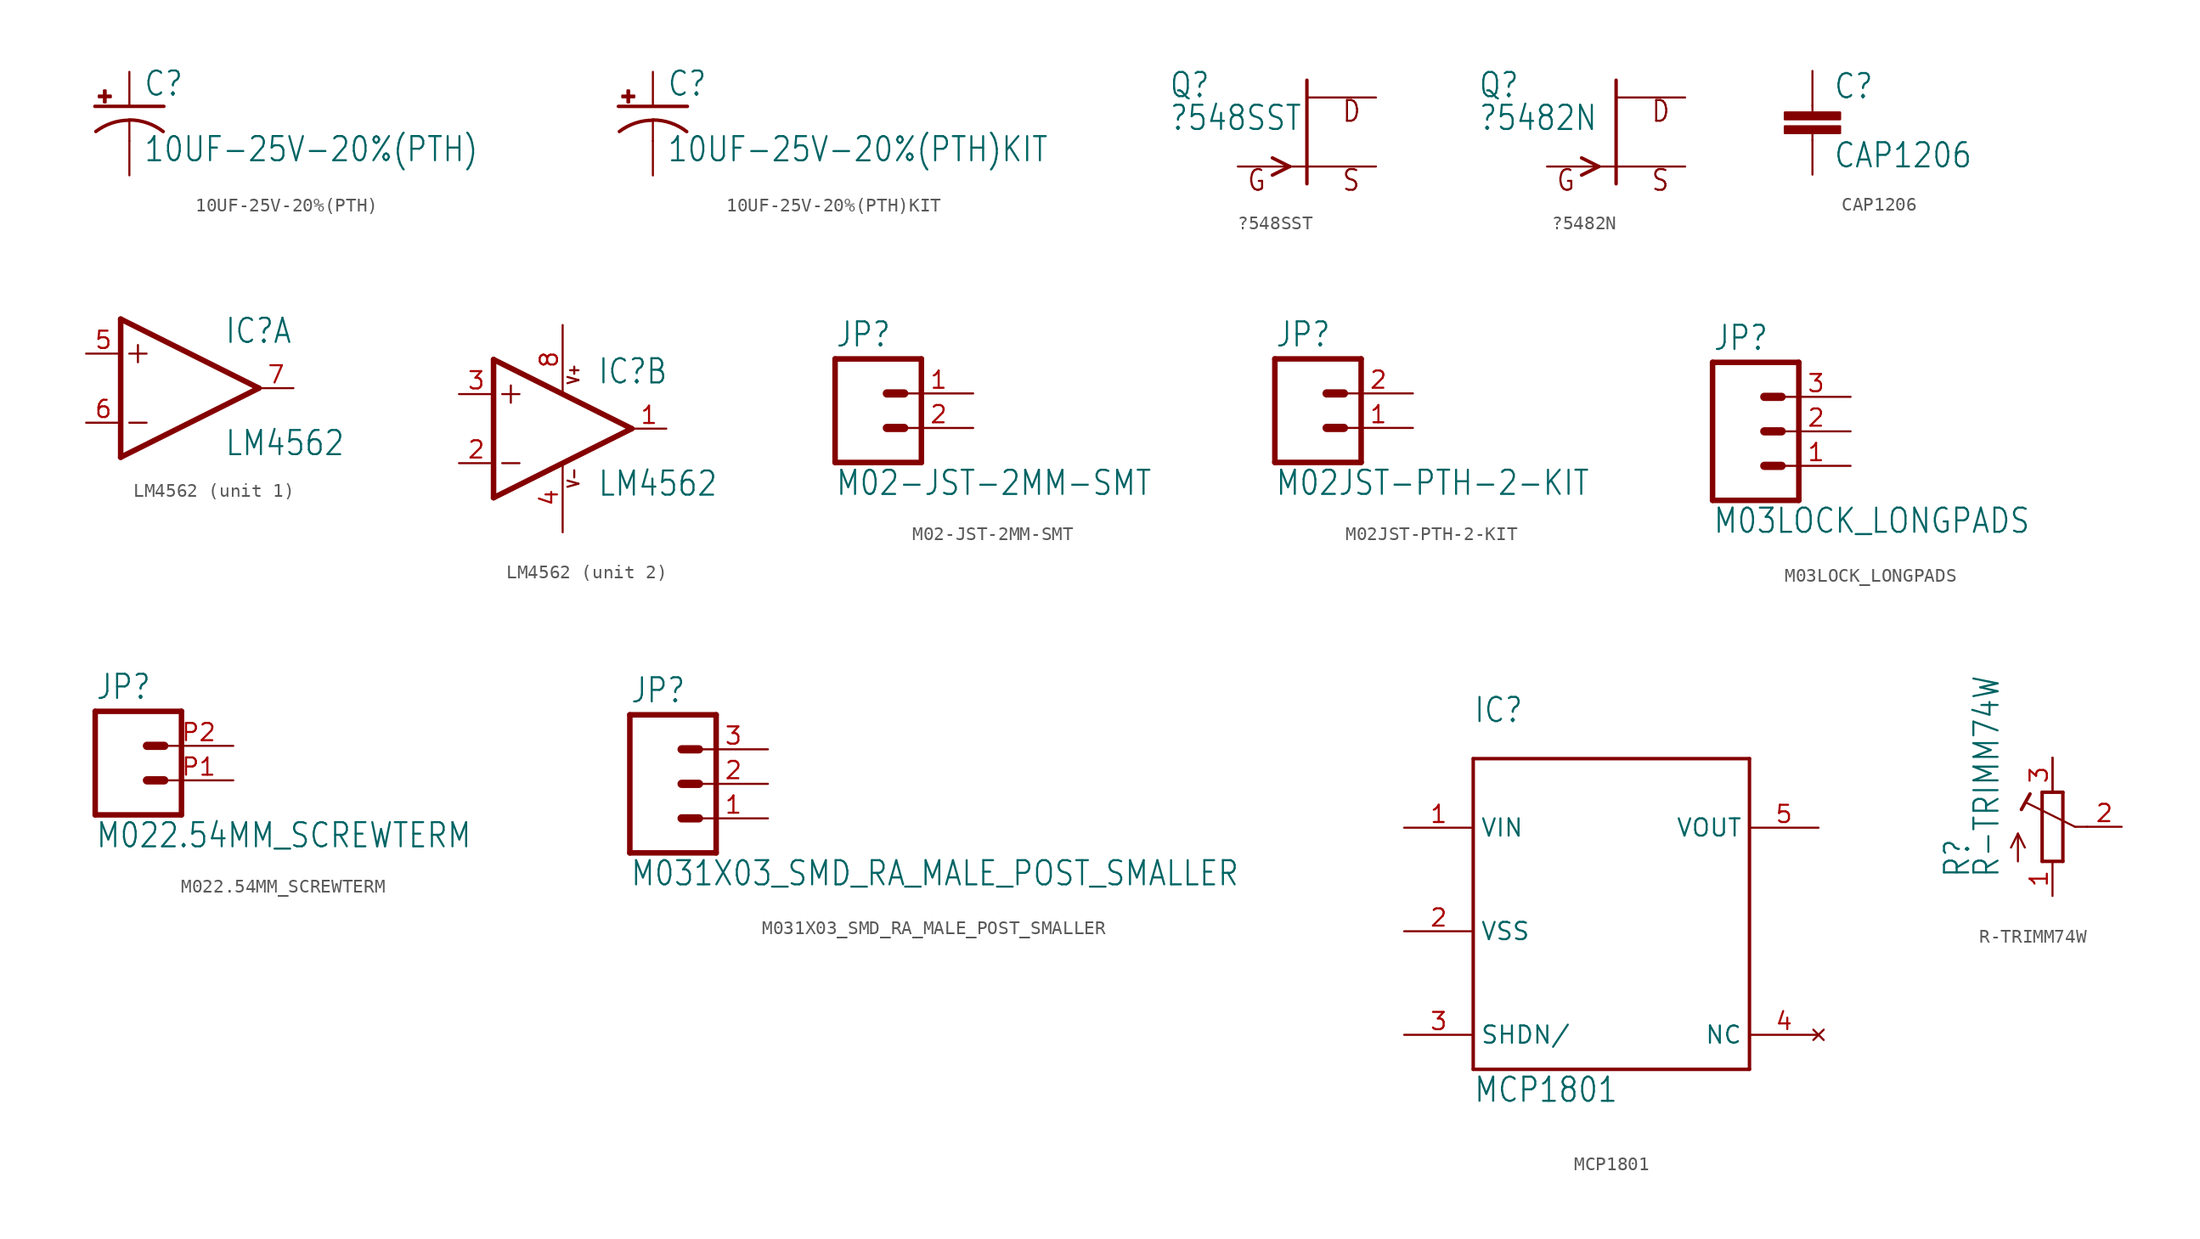
<source format=kicad_sym>
(kicad_symbol_lib
  (version 20211014)
  (generator kicad_symbol_editor)
  (symbol "10UF-25V-20%(PTH)"
    (property "Reference" "C"
      (at 1.016 0.635 0)
      (effects (font (size 1.778 1.511)) (justify left bottom)))
    (property "Value" "10UF-25V-20%(PTH)"
      (at 1.016 -4.191 0)
      (effects (font (size 1.778 1.511)) (justify left bottom)))
    (property "ki_locked" ""
      (at 0 0 0)
      (effects (font (size 1.27 1.27))))
    (symbol "10UF-25V-20%(PTH)_1_0"
      (rectangle (start -2.253 0.668) (end -1.364 0.795) (stroke (width 0) (type default) (color 0 0 0 0)) (fill (type outline)))
      (rectangle (start -1.872 0.287) (end -1.745 1.176) (stroke (width 0) (type default) (color 0 0 0 0)) (fill (type outline)))
      (arc (start 0 -1.0161) (mid -1.3021 -1.2302) (end -2.4669 -1.8504) (stroke (width 0.254) (type default) (color 0 0 0 0)) (fill (type none)))
      (polyline (pts (xy -2.54 0) (xy 2.54 0)) (stroke (width 0.254) (type default) (color 0 0 0 0)) (fill (type none)))
      (polyline (pts (xy 0 -1.016) (xy 0 -2.54)) (stroke (width 0.152) (type default) (color 0 0 0 0)) (fill (type none)))
      (arc (start 2.4892 -1.8542) (mid 1.3158 -1.2195) (end 0 -1) (stroke (width 0.254) (type default) (color 0 0 0 0)) (fill (type none)))
      (pin passive line (at 0 2.54 270) (length 2.54) (name "+" (effects (font (size 0 0)))) (number "1" (effects (font (size 0 0)))))
      (pin passive line (at 0 -5.08 90) (length 2.54) (name "-" (effects (font (size 0 0)))) (number "2" (effects (font (size 0 0)))))))
  (symbol "10UF-25V-20%(PTH)KIT"
    (property "Reference" "C"
      (at 1.016 0.635 0)
      (effects (font (size 1.778 1.511)) (justify left bottom)))
    (property "Value" "10UF-25V-20%(PTH)KIT"
      (at 1.016 -4.191 0)
      (effects (font (size 1.778 1.511)) (justify left bottom)))
    (property "ki_locked" ""
      (at 0 0 0)
      (effects (font (size 1.27 1.27))))
    (symbol "10UF-25V-20%(PTH)KIT_1_0"
      (rectangle (start -2.253 0.668) (end -1.364 0.795) (stroke (width 0) (type default) (color 0 0 0 0)) (fill (type outline)))
      (rectangle (start -1.872 0.287) (end -1.745 1.176) (stroke (width 0) (type default) (color 0 0 0 0)) (fill (type outline)))
      (arc (start 0 -1.0161) (mid -1.3021 -1.2302) (end -2.4669 -1.8504) (stroke (width 0.254) (type default) (color 0 0 0 0)) (fill (type none)))
      (polyline (pts (xy -2.54 0) (xy 2.54 0)) (stroke (width 0.254) (type default) (color 0 0 0 0)) (fill (type none)))
      (polyline (pts (xy 0 -1.016) (xy 0 -2.54)) (stroke (width 0.152) (type default) (color 0 0 0 0)) (fill (type none)))
      (arc (start 2.4892 -1.8542) (mid 1.3158 -1.2195) (end 0 -1) (stroke (width 0.254) (type default) (color 0 0 0 0)) (fill (type none)))
      (pin passive line (at 0 2.54 270) (length 2.54) (name "+" (effects (font (size 0 0)))) (number "1" (effects (font (size 0 0)))))
      (pin passive line (at 0 -5.08 90) (length 2.54) (name "-" (effects (font (size 0 0)))) (number "2" (effects (font (size 0 0)))))))
  (symbol "?548SST"
    (property "Reference" "Q"
      (at -10.16 2.413 0)
      (effects (font (size 1.778 1.511)) (justify left bottom)))
    (property "Value" "?548SST"
      (at -10.16 0 0)
      (effects (font (size 1.778 1.511)) (justify left bottom)))
    (property "ki_locked" ""
      (at 0 0 0)
      (effects (font (size 1.27 1.27))))
    (symbol "?548SST_1_0"
      (polyline (pts (xy -2.54 -1.905) (xy -1.27 -2.54)) (stroke (width 0.254) (type default) (color 0 0 0 0)) (fill (type none)))
      (polyline (pts (xy -1.27 -2.54) (xy -2.54 -3.175)) (stroke (width 0.254) (type default) (color 0 0 0 0)) (fill (type none)))
      (polyline (pts (xy 0 -3.81) (xy 0 3.81)) (stroke (width 0.254) (type default) (color 0 0 0 0)) (fill (type none)))
      (text "D" (at 2.54 0.635 0) (effects (font (size 1.524 1.295)) (justify left bottom)))
      (text "G" (at -4.445 -4.445 0) (effects (font (size 1.524 1.295)) (justify left bottom)))
      (text "S" (at 2.54 -4.445 0) (effects (font (size 1.524 1.295)) (justify left bottom)))
      (pin passive line (at 5.08 2.54 180) (length 5.08) (name "D" (effects (font (size 0 0)))) (number "1" (effects (font (size 0 0)))))
      (pin passive line (at 5.08 -2.54 180) (length 5.08) (name "S" (effects (font (size 0 0)))) (number "2" (effects (font (size 0 0)))))
      (pin passive line (at -5.08 -2.54 0) (length 5.08) (name "G" (effects (font (size 0 0)))) (number "3" (effects (font (size 0 0)))))))
  (symbol "?5482N"
    (property "Reference" "Q"
      (at -10.16 2.413 0)
      (effects (font (size 1.778 1.511)) (justify left bottom)))
    (property "Value" "?5482N"
      (at -10.16 0 0)
      (effects (font (size 1.778 1.511)) (justify left bottom)))
    (property "ki_locked" ""
      (at 0 0 0)
      (effects (font (size 1.27 1.27))))
    (symbol "?5482N_1_0"
      (polyline (pts (xy -2.54 -1.905) (xy -1.27 -2.54)) (stroke (width 0.254) (type default) (color 0 0 0 0)) (fill (type none)))
      (polyline (pts (xy -1.27 -2.54) (xy -2.54 -3.175)) (stroke (width 0.254) (type default) (color 0 0 0 0)) (fill (type none)))
      (polyline (pts (xy 0 -3.81) (xy 0 3.81)) (stroke (width 0.254) (type default) (color 0 0 0 0)) (fill (type none)))
      (text "D" (at 2.54 0.635 0) (effects (font (size 1.524 1.295)) (justify left bottom)))
      (text "G" (at -4.445 -4.445 0) (effects (font (size 1.524 1.295)) (justify left bottom)))
      (text "S" (at 2.54 -4.445 0) (effects (font (size 1.524 1.295)) (justify left bottom)))
      (pin passive line (at -5.08 -2.54 0) (length 5.08) (name "G" (effects (font (size 0 0)))) (number "1" (effects (font (size 0 0)))))
      (pin passive line (at 5.08 -2.54 180) (length 5.08) (name "S" (effects (font (size 0 0)))) (number "2" (effects (font (size 0 0)))))
      (pin passive line (at 5.08 2.54 180) (length 5.08) (name "D" (effects (font (size 0 0)))) (number "3" (effects (font (size 0 0)))))))
  (symbol "CAP1206"
    (property "Reference" "C"
      (at 1.524 2.921 0)
      (effects (font (size 1.778 1.511)) (justify left bottom)))
    (property "Value" "CAP1206"
      (at 1.524 -2.159 0)
      (effects (font (size 1.778 1.511)) (justify left bottom)))
    (property "ki_locked" ""
      (at 0 0 0)
      (effects (font (size 1.27 1.27))))
    (symbol "CAP1206_1_0"
      (rectangle (start -2.032 0.508) (end 2.032 1.016) (stroke (width 0) (type default) (color 0 0 0 0)) (fill (type outline)))
      (rectangle (start -2.032 1.524) (end 2.032 2.032) (stroke (width 0) (type default) (color 0 0 0 0)) (fill (type outline)))
      (polyline (pts (xy 0 0) (xy 0 0.508)) (stroke (width 0.152) (type default) (color 0 0 0 0)) (fill (type none)))
      (polyline (pts (xy 0 2.54) (xy 0 2.032)) (stroke (width 0.152) (type default) (color 0 0 0 0)) (fill (type none)))
      (pin passive line (at 0 5.08 270) (length 2.54) (name "1" (effects (font (size 0 0)))) (number "1" (effects (font (size 0 0)))))
      (pin passive line (at 0 -2.54 90) (length 2.54) (name "2" (effects (font (size 0 0)))) (number "2" (effects (font (size 0 0)))))))
  (symbol "LM4562"
    (property "Reference" "IC"
      (at 2.54 3.175 0)
      (effects (font (size 1.778 1.511)) (justify left bottom)))
    (property "Value" "LM4562"
      (at 2.54 -5.08 0)
      (effects (font (size 1.778 1.511)) (justify left bottom)))
    (property "ki_locked" ""
      (at 0 0 0)
      (effects (font (size 1.27 1.27))))
    (symbol "LM4562_1_0"
      (polyline (pts (xy -5.08 -5.08) (xy 5.08 0)) (stroke (width 0.406) (type default) (color 0 0 0 0)) (fill (type none)))
      (polyline (pts (xy -5.08 5.08) (xy -5.08 -5.08)) (stroke (width 0.406) (type default) (color 0 0 0 0)) (fill (type none)))
      (polyline (pts (xy -4.445 -2.54) (xy -3.175 -2.54)) (stroke (width 0.152) (type default) (color 0 0 0 0)) (fill (type none)))
      (polyline (pts (xy -4.445 2.54) (xy -3.175 2.54)) (stroke (width 0.152) (type default) (color 0 0 0 0)) (fill (type none)))
      (polyline (pts (xy -3.81 3.175) (xy -3.81 1.905)) (stroke (width 0.152) (type default) (color 0 0 0 0)) (fill (type none)))
      (polyline (pts (xy 5.08 0) (xy -5.08 5.08)) (stroke (width 0.406) (type default) (color 0 0 0 0)) (fill (type none)))
      (pin input line (at -7.62 2.54 0) (length 2.54) (name "+IN" (effects (font (size 0 0)))) (number "5" (effects (font (size 1.27 1.27)))))
      (pin input line (at -7.62 -2.54 0) (length 2.54) (name "-IN" (effects (font (size 0 0)))) (number "6" (effects (font (size 1.27 1.27)))))
      (pin output line (at 7.62 0 180) (length 2.54) (name "OUT" (effects (font (size 0 0)))) (number "7" (effects (font (size 1.27 1.27))))))
    (symbol "LM4562_2_0"
      (polyline (pts (xy -5.08 -5.08) (xy 5.08 0)) (stroke (width 0.406) (type default) (color 0 0 0 0)) (fill (type none)))
      (polyline (pts (xy -5.08 5.08) (xy -5.08 -5.08)) (stroke (width 0.406) (type default) (color 0 0 0 0)) (fill (type none)))
      (polyline (pts (xy -4.445 -2.54) (xy -3.175 -2.54)) (stroke (width 0.152) (type default) (color 0 0 0 0)) (fill (type none)))
      (polyline (pts (xy -4.445 2.54) (xy -3.175 2.54)) (stroke (width 0.152) (type default) (color 0 0 0 0)) (fill (type none)))
      (polyline (pts (xy -3.81 3.175) (xy -3.81 1.905)) (stroke (width 0.152) (type default) (color 0 0 0 0)) (fill (type none)))
      (polyline (pts (xy 5.08 0) (xy -5.08 5.08)) (stroke (width 0.406) (type default) (color 0 0 0 0)) (fill (type none)))
      (text "V+" (at 1.27 3.175 900) (effects (font (size 0.813 0.691)) (justify left bottom)))
      (text "V-" (at 1.27 -4.445 900) (effects (font (size 0.813 0.691)) (justify left bottom)))
      (pin output line (at 7.62 0 180) (length 2.54) (name "OUT" (effects (font (size 0 0)))) (number "1" (effects (font (size 1.27 1.27)))))
      (pin input line (at -7.62 -2.54 0) (length 2.54) (name "-IN" (effects (font (size 0 0)))) (number "2" (effects (font (size 1.27 1.27)))))
      (pin input line (at -7.62 2.54 0) (length 2.54) (name "+IN" (effects (font (size 0 0)))) (number "3" (effects (font (size 1.27 1.27)))))
      (pin power_in line (at 0 -7.62 90) (length 5.08) (name "V-" (effects (font (size 0 0)))) (number "4" (effects (font (size 1.27 1.27)))))
      (pin power_in line (at 0 7.62 270) (length 5.08) (name "V+" (effects (font (size 0 0)))) (number "8" (effects (font (size 1.27 1.27)))))))
  (symbol "M02-JST-2MM-SMT"
    (property "Reference" "JP"
      (at -2.54 5.842 0)
      (effects (font (size 1.778 1.511)) (justify left bottom)))
    (property "Value" "M02-JST-2MM-SMT"
      (at -2.54 -5.08 0)
      (effects (font (size 1.778 1.511)) (justify left bottom)))
    (property "ki_locked" ""
      (at 0 0 0)
      (effects (font (size 1.27 1.27))))
    (symbol "M02-JST-2MM-SMT_1_0"
      (polyline (pts (xy -2.54 5.08) (xy -2.54 -2.54)) (stroke (width 0.406) (type default) (color 0 0 0 0)) (fill (type none)))
      (polyline (pts (xy -2.54 5.08) (xy 3.81 5.08)) (stroke (width 0.406) (type default) (color 0 0 0 0)) (fill (type none)))
      (polyline (pts (xy 1.27 0) (xy 2.54 0)) (stroke (width 0.61) (type default) (color 0 0 0 0)) (fill (type none)))
      (polyline (pts (xy 1.27 2.54) (xy 2.54 2.54)) (stroke (width 0.61) (type default) (color 0 0 0 0)) (fill (type none)))
      (polyline (pts (xy 3.81 -2.54) (xy -2.54 -2.54)) (stroke (width 0.406) (type default) (color 0 0 0 0)) (fill (type none)))
      (polyline (pts (xy 3.81 -2.54) (xy 3.81 5.08)) (stroke (width 0.406) (type default) (color 0 0 0 0)) (fill (type none)))
      (pin passive line (at 7.62 2.54 180) (length 5.08) (name "2" (effects (font (size 0 0)))) (number "1" (effects (font (size 1.27 1.27)))))
      (pin passive line (at 7.62 0 180) (length 5.08) (name "1" (effects (font (size 0 0)))) (number "2" (effects (font (size 1.27 1.27)))))))
  (symbol "M02JST-PTH-2-KIT"
    (property "Reference" "JP"
      (at -2.54 5.842 0)
      (effects (font (size 1.778 1.511)) (justify left bottom)))
    (property "Value" "M02JST-PTH-2-KIT"
      (at -2.54 -5.08 0)
      (effects (font (size 1.778 1.511)) (justify left bottom)))
    (property "ki_locked" ""
      (at 0 0 0)
      (effects (font (size 1.27 1.27))))
    (symbol "M02JST-PTH-2-KIT_1_0"
      (polyline (pts (xy -2.54 5.08) (xy -2.54 -2.54)) (stroke (width 0.406) (type default) (color 0 0 0 0)) (fill (type none)))
      (polyline (pts (xy -2.54 5.08) (xy 3.81 5.08)) (stroke (width 0.406) (type default) (color 0 0 0 0)) (fill (type none)))
      (polyline (pts (xy 1.27 0) (xy 2.54 0)) (stroke (width 0.61) (type default) (color 0 0 0 0)) (fill (type none)))
      (polyline (pts (xy 1.27 2.54) (xy 2.54 2.54)) (stroke (width 0.61) (type default) (color 0 0 0 0)) (fill (type none)))
      (polyline (pts (xy 3.81 -2.54) (xy -2.54 -2.54)) (stroke (width 0.406) (type default) (color 0 0 0 0)) (fill (type none)))
      (polyline (pts (xy 3.81 -2.54) (xy 3.81 5.08)) (stroke (width 0.406) (type default) (color 0 0 0 0)) (fill (type none)))
      (pin passive line (at 7.62 0 180) (length 5.08) (name "1" (effects (font (size 0 0)))) (number "1" (effects (font (size 1.27 1.27)))))
      (pin passive line (at 7.62 2.54 180) (length 5.08) (name "2" (effects (font (size 0 0)))) (number "2" (effects (font (size 1.27 1.27)))))))
  (symbol "M03LOCK_LONGPADS"
    (property "Reference" "JP"
      (at -2.54 5.842 0)
      (effects (font (size 1.778 1.511)) (justify left bottom)))
    (property "Value" "M03LOCK_LONGPADS"
      (at -2.54 -7.62 0)
      (effects (font (size 1.778 1.511)) (justify left bottom)))
    (property "ki_locked" ""
      (at 0 0 0)
      (effects (font (size 1.27 1.27))))
    (symbol "M03LOCK_LONGPADS_1_0"
      (polyline (pts (xy -2.54 5.08) (xy -2.54 -5.08)) (stroke (width 0.406) (type default) (color 0 0 0 0)) (fill (type none)))
      (polyline (pts (xy -2.54 5.08) (xy 3.81 5.08)) (stroke (width 0.406) (type default) (color 0 0 0 0)) (fill (type none)))
      (polyline (pts (xy 1.27 -2.54) (xy 2.54 -2.54)) (stroke (width 0.61) (type default) (color 0 0 0 0)) (fill (type none)))
      (polyline (pts (xy 1.27 0) (xy 2.54 0)) (stroke (width 0.61) (type default) (color 0 0 0 0)) (fill (type none)))
      (polyline (pts (xy 1.27 2.54) (xy 2.54 2.54)) (stroke (width 0.61) (type default) (color 0 0 0 0)) (fill (type none)))
      (polyline (pts (xy 3.81 -5.08) (xy -2.54 -5.08)) (stroke (width 0.406) (type default) (color 0 0 0 0)) (fill (type none)))
      (polyline (pts (xy 3.81 -5.08) (xy 3.81 5.08)) (stroke (width 0.406) (type default) (color 0 0 0 0)) (fill (type none)))
      (pin passive line (at 7.62 -2.54 180) (length 5.08) (name "1" (effects (font (size 0 0)))) (number "1" (effects (font (size 1.27 1.27)))))
      (pin passive line (at 7.62 0 180) (length 5.08) (name "2" (effects (font (size 0 0)))) (number "2" (effects (font (size 1.27 1.27)))))
      (pin passive line (at 7.62 2.54 180) (length 5.08) (name "3" (effects (font (size 0 0)))) (number "3" (effects (font (size 1.27 1.27)))))))
  (symbol "M022.54MM_SCREWTERM"
    (property "Reference" "JP"
      (at -2.54 5.842 0)
      (effects (font (size 1.778 1.511)) (justify left bottom)))
    (property "Value" "M022.54MM_SCREWTERM"
      (at -2.54 -5.08 0)
      (effects (font (size 1.778 1.511)) (justify left bottom)))
    (property "ki_locked" ""
      (at 0 0 0)
      (effects (font (size 1.27 1.27))))
    (symbol "M022.54MM_SCREWTERM_1_0"
      (polyline (pts (xy -2.54 5.08) (xy -2.54 -2.54)) (stroke (width 0.406) (type default) (color 0 0 0 0)) (fill (type none)))
      (polyline (pts (xy -2.54 5.08) (xy 3.81 5.08)) (stroke (width 0.406) (type default) (color 0 0 0 0)) (fill (type none)))
      (polyline (pts (xy 1.27 0) (xy 2.54 0)) (stroke (width 0.61) (type default) (color 0 0 0 0)) (fill (type none)))
      (polyline (pts (xy 1.27 2.54) (xy 2.54 2.54)) (stroke (width 0.61) (type default) (color 0 0 0 0)) (fill (type none)))
      (polyline (pts (xy 3.81 -2.54) (xy -2.54 -2.54)) (stroke (width 0.406) (type default) (color 0 0 0 0)) (fill (type none)))
      (polyline (pts (xy 3.81 -2.54) (xy 3.81 5.08)) (stroke (width 0.406) (type default) (color 0 0 0 0)) (fill (type none)))
      (pin passive line (at 7.62 0 180) (length 5.08) (name "1" (effects (font (size 0 0)))) (number "P1" (effects (font (size 1.27 1.27)))))
      (pin passive line (at 7.62 2.54 180) (length 5.08) (name "2" (effects (font (size 0 0)))) (number "P2" (effects (font (size 1.27 1.27)))))))
  (symbol "M031X03_SMD_RA_MALE_POST_SMALLER"
    (property "Reference" "JP"
      (at -2.54 5.842 0)
      (effects (font (size 1.778 1.511)) (justify left bottom)))
    (property "Value" "M031X03_SMD_RA_MALE_POST_SMALLER"
      (at -2.54 -7.62 0)
      (effects (font (size 1.778 1.511)) (justify left bottom)))
    (property "ki_locked" ""
      (at 0 0 0)
      (effects (font (size 1.27 1.27))))
    (symbol "M031X03_SMD_RA_MALE_POST_SMALLER_1_0"
      (polyline (pts (xy -2.54 5.08) (xy -2.54 -5.08)) (stroke (width 0.406) (type default) (color 0 0 0 0)) (fill (type none)))
      (polyline (pts (xy -2.54 5.08) (xy 3.81 5.08)) (stroke (width 0.406) (type default) (color 0 0 0 0)) (fill (type none)))
      (polyline (pts (xy 1.27 -2.54) (xy 2.54 -2.54)) (stroke (width 0.61) (type default) (color 0 0 0 0)) (fill (type none)))
      (polyline (pts (xy 1.27 0) (xy 2.54 0)) (stroke (width 0.61) (type default) (color 0 0 0 0)) (fill (type none)))
      (polyline (pts (xy 1.27 2.54) (xy 2.54 2.54)) (stroke (width 0.61) (type default) (color 0 0 0 0)) (fill (type none)))
      (polyline (pts (xy 3.81 -5.08) (xy -2.54 -5.08)) (stroke (width 0.406) (type default) (color 0 0 0 0)) (fill (type none)))
      (polyline (pts (xy 3.81 -5.08) (xy 3.81 5.08)) (stroke (width 0.406) (type default) (color 0 0 0 0)) (fill (type none)))
      (pin passive line (at 7.62 -2.54 180) (length 5.08) (name "1" (effects (font (size 0 0)))) (number "1" (effects (font (size 1.27 1.27)))))
      (pin passive line (at 7.62 0 180) (length 5.08) (name "2" (effects (font (size 0 0)))) (number "2" (effects (font (size 1.27 1.27)))))
      (pin passive line (at 7.62 2.54 180) (length 5.08) (name "3" (effects (font (size 0 0)))) (number "3" (effects (font (size 1.27 1.27)))))))
  (symbol "MCP1801"
    (property "Reference" "IC"
      (at 0 25.4 0)
      (effects (font (size 1.778 1.511)) (justify left bottom)))
    (property "Value" "MCP1801"
      (at 0 -2.54 0)
      (effects (font (size 1.778 1.511)) (justify left bottom)))
    (property "ki_locked" ""
      (at 0 0 0)
      (effects (font (size 1.27 1.27))))
    (symbol "MCP1801_1_0"
      (polyline (pts (xy 0 0) (xy 20.32 0)) (stroke (width 0.254) (type default) (color 0 0 0 0)) (fill (type none)))
      (polyline (pts (xy 0 22.86) (xy 0 0)) (stroke (width 0.254) (type default) (color 0 0 0 0)) (fill (type none)))
      (polyline (pts (xy 20.32 0) (xy 20.32 22.86)) (stroke (width 0.254) (type default) (color 0 0 0 0)) (fill (type none)))
      (polyline (pts (xy 20.32 22.86) (xy 0 22.86)) (stroke (width 0.254) (type default) (color 0 0 0 0)) (fill (type none)))
      (pin power_in line (at -5.08 17.78 0) (length 5.08) (name "VIN" (effects (font (size 1.27 1.27)))) (number "1" (effects (font (size 1.27 1.27)))))
      (pin power_in line (at -5.08 10.16 0) (length 5.08) (name "VSS" (effects (font (size 1.27 1.27)))) (number "2" (effects (font (size 1.27 1.27)))))
      (pin input line (at -5.08 2.54 0) (length 5.08) (name "SHDN/" (effects (font (size 1.27 1.27)))) (number "3" (effects (font (size 1.27 1.27)))))
      (pin no_connect line (at 25.4 2.54 180) (length 5.08) (name "NC" (effects (font (size 1.27 1.27)))) (number "4" (effects (font (size 1.27 1.27)))))
      (pin power_in line (at 25.4 17.78 180) (length 5.08) (name "VOUT" (effects (font (size 1.27 1.27)))) (number "5" (effects (font (size 1.27 1.27)))))))
  (symbol "R-TRIMM74W"
    (property "Reference" "R"
      (at -5.969 -3.81 90)
      (effects (font (size 1.778 1.511)) (justify left bottom)))
    (property "Value" "R-TRIMM74W"
      (at -3.81 -3.81 90)
      (effects (font (size 1.778 1.511)) (justify left bottom)))
    (property "ki_locked" ""
      (at 0 0 0)
      (effects (font (size 1.27 1.27))))
    (symbol "R-TRIMM74W_1_0"
      (polyline (pts (xy -2.54 -2.54) (xy -2.54 -0.508)) (stroke (width 0.152) (type default) (color 0 0 0 0)) (fill (type none)))
      (polyline (pts (xy -2.54 -0.508) (xy -3.048 -1.524)) (stroke (width 0.152) (type default) (color 0 0 0 0)) (fill (type none)))
      (polyline (pts (xy -2.54 -0.508) (xy -2.032 -1.524)) (stroke (width 0.152) (type default) (color 0 0 0 0)) (fill (type none)))
      (polyline (pts (xy -2.286 1.27) (xy -1.651 2.413)) (stroke (width 0.254) (type default) (color 0 0 0 0)) (fill (type none)))
      (polyline (pts (xy -0.762 -2.54) (xy 0.762 -2.54)) (stroke (width 0.254) (type default) (color 0 0 0 0)) (fill (type none)))
      (polyline (pts (xy -0.762 2.54) (xy -0.762 -2.54)) (stroke (width 0.254) (type default) (color 0 0 0 0)) (fill (type none)))
      (polyline (pts (xy 0 2.54) (xy -0.762 2.54)) (stroke (width 0.254) (type default) (color 0 0 0 0)) (fill (type none)))
      (polyline (pts (xy 0 2.54) (xy 0 5.08)) (stroke (width 0.152) (type default) (color 0 0 0 0)) (fill (type none)))
      (polyline (pts (xy 0.762 -2.54) (xy 0.762 2.54)) (stroke (width 0.254) (type default) (color 0 0 0 0)) (fill (type none)))
      (polyline (pts (xy 0.762 2.54) (xy 0 2.54)) (stroke (width 0.254) (type default) (color 0 0 0 0)) (fill (type none)))
      (polyline (pts (xy 1.651 0) (xy -1.88 1.753)) (stroke (width 0.152) (type default) (color 0 0 0 0)) (fill (type none)))
      (polyline (pts (xy 2.54 0) (xy 1.651 0)) (stroke (width 0.152) (type default) (color 0 0 0 0)) (fill (type none)))
      (pin passive line (at 0 -5.08 90) (length 2.54) (name "A" (effects (font (size 0 0)))) (number "1" (effects (font (size 1.27 1.27)))))
      (pin passive line (at 5.08 0 180) (length 2.54) (name "S" (effects (font (size 0 0)))) (number "2" (effects (font (size 1.27 1.27)))))
      (pin passive line (at 0 5.08 270) (length 2.54) (name "E" (effects (font (size 0 0)))) (number "3" (effects (font (size 1.27 1.27))))))))
</source>
